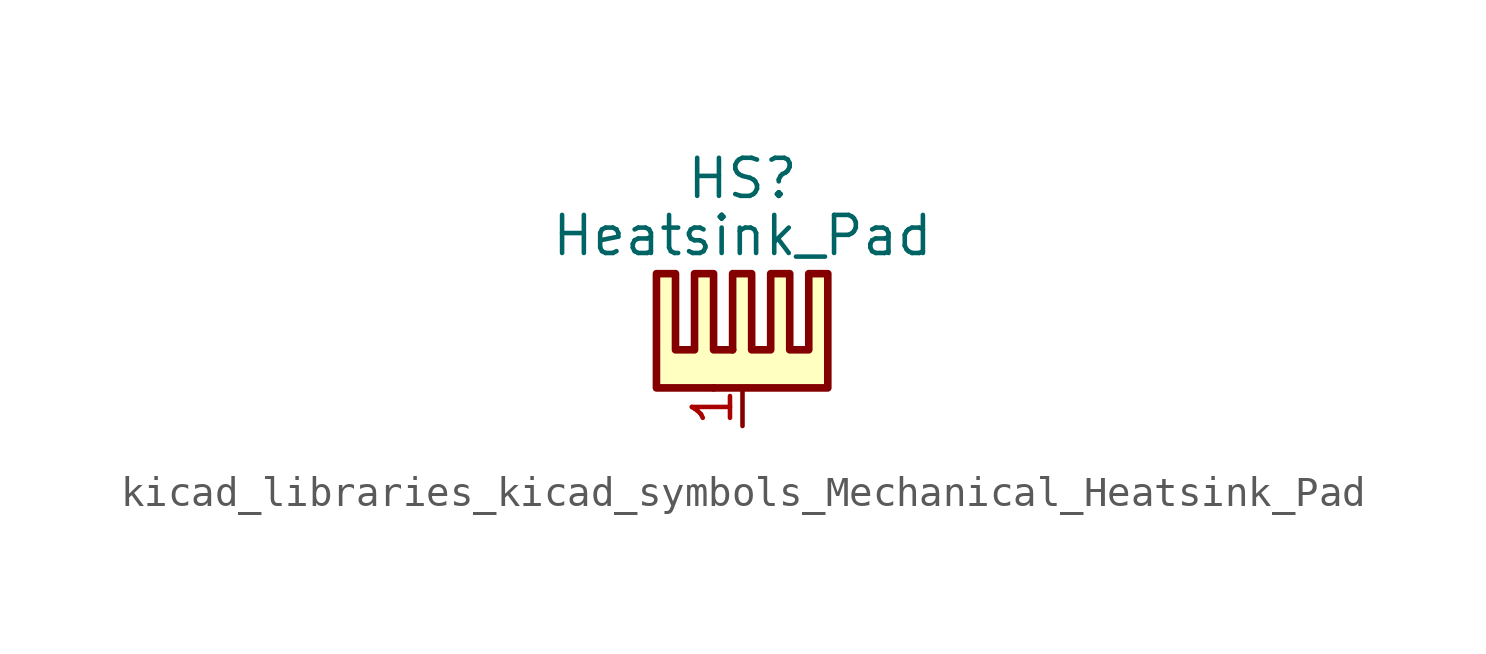
<source format=kicad_sym>
(kicad_symbol_lib
  (version 20220914)
  (generator kicad_symbol_editor)
  (symbol "kicad_libraries_kicad_symbols_Mechanical_Heatsink_Pad"
    (pin_names
      (offset 0))
    (property "Reference" "HS"
      (at 0 5.715 0)
      (effects (font (size 1.27 1.27))))
    (property "Value" "Heatsink_Pad"
      (at 0 3.81 0)
      (effects (font (size 1.27 1.27))))
    (symbol "kicad_libraries_kicad_symbols_Mechanical_Heatsink_Pad_0_1"
      (polyline (pts (xy -0.33 0) (xy -0.965 0) (xy -0.965 2.54) (xy -1.6 2.54) (xy -1.6 0) (xy -2.235 0) (xy -2.235 2.54) (xy -2.87 2.54) (xy -2.87 -1.27) (xy -0.965 -1.27)) (stroke (width 0.254) (type default)) (fill (type background)))
      (polyline (pts (xy -0.33 0) (xy -0.33 2.54) (xy 0.305 2.54) (xy 0.305 0) (xy 0.94 0) (xy 0.94 2.54) (xy 1.575 2.54) (xy 1.575 0) (xy 2.21 0) (xy 2.21 2.54) (xy 2.845 2.54) (xy 2.845 -1.27) (xy -0.965 -1.27)) (stroke (width 0.254) (type default)) (fill (type background))))
    (symbol "kicad_libraries_kicad_symbols_Mechanical_Heatsink_Pad_1_1"
      (pin passive line (at 0 -2.54 90) (length 1.27) (name "~" (effects (font (size 1.27 1.27)))) (number "1" (effects (font (size 1.27 1.27))))))))
</source>
